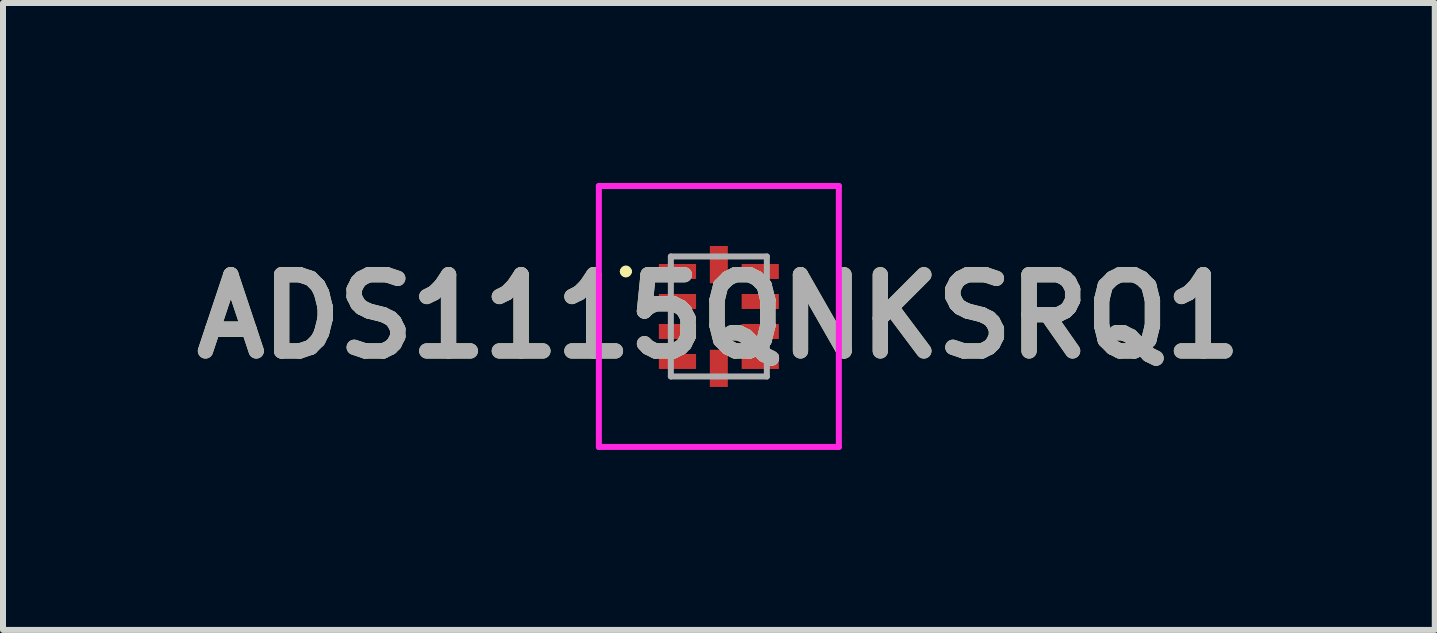
<source format=kicad_pcb>
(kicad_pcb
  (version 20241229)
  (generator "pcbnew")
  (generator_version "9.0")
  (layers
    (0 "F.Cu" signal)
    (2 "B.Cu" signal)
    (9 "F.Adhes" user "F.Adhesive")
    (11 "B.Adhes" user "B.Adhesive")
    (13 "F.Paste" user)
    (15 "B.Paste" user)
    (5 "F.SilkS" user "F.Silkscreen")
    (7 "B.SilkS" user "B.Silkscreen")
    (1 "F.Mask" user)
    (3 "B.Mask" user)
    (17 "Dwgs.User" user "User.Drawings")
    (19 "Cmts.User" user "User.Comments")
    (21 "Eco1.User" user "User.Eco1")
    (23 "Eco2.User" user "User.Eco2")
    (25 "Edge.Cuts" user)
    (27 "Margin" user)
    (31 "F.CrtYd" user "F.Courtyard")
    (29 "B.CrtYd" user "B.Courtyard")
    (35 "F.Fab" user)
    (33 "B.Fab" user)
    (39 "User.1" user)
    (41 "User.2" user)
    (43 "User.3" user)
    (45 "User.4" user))
  (footprint "ADS1115QNKSRQ1"
    (layer "F.Cu")
    (at 8.932 2.225)
    (property "Reference" "ADS1115QNKSRQ1" (at 0 0 0) (layer "F.SilkS") (effects (font (size 1.27 1.27) (thickness 0.254))))
    (attr smd)
    (fp_line (start -1.6 -0.75) (end -1.6 -0.75) (stroke (width 0.1) (type solid)) (layer "F.SilkS"))
    (fp_line (start -1.5 -0.75) (end -1.5 -0.75) (stroke (width 0.1) (type solid)) (layer "F.SilkS"))
    (fp_arc (start -1.6 -0.75) (mid -1.55 -0.8) (end -1.5 -0.75) (stroke (width 0.1) (type solid)) (layer "F.SilkS"))
    (fp_arc (start -1.5 -0.75) (mid -1.55 -0.7) (end -1.6 -0.75) (stroke (width 0.1) (type solid)) (layer "F.SilkS"))
    (fp_line (start -2 -2.175) (end 2 -2.175) (stroke (width 0.1) (type solid)) (layer "F.CrtYd"))
    (fp_line (start -2 2.175) (end -2 -2.175) (stroke (width 0.1) (type solid)) (layer "F.CrtYd"))
    (fp_line (start 2 -2.175) (end 2 2.175) (stroke (width 0.1) (type solid)) (layer "F.CrtYd"))
    (fp_line (start 2 2.175) (end -2 2.175) (stroke (width 0.1) (type solid)) (layer "F.CrtYd"))
    (fp_line (start -0.8 -1) (end 0.8 -1) (stroke (width 0.1) (type solid)) (layer "F.Fab"))
    (fp_line (start -0.8 1) (end -0.8 -1) (stroke (width 0.1) (type solid)) (layer "F.Fab"))
    (fp_line (start 0.8 -1) (end 0.8 1) (stroke (width 0.1) (type solid)) (layer "F.Fab"))
    (fp_line (start 0.8 1) (end -0.8 1) (stroke (width 0.1) (type solid)) (layer "F.Fab"))
    (fp_text user "${REFERENCE}" (at 0 0 0) (layer "F.Fab") (effects (font (size 1.27 1.27) (thickness 0.254))))
    (pad "1" smd rect (at -0.69 -0.75 90) (size 0.25 0.62) (layers "F.Cu" "F.Mask" "F.Paste"))
    (pad "2" smd rect (at -0.69 -0.25 90) (size 0.25 0.62) (layers "F.Cu" "F.Mask" "F.Paste"))
    (pad "3" smd rect (at -0.69 0.25 90) (size 0.25 0.62) (layers "F.Cu" "F.Mask" "F.Paste"))
    (pad "4" smd rect (at -0.69 0.75 90) (size 0.25 0.62) (layers "F.Cu" "F.Mask" "F.Paste"))
    (pad "5" smd rect (at 0 0.865) (size 0.3 0.62) (layers "F.Cu" "F.Mask" "F.Paste"))
    (pad "6" smd rect (at 0.69 0.75 90) (size 0.25 0.62) (layers "F.Cu" "F.Mask" "F.Paste"))
    (pad "7" smd rect (at 0.69 0.25 90) (size 0.25 0.62) (layers "F.Cu" "F.Mask" "F.Paste"))
    (pad "8" smd rect (at 0.69 -0.25 90) (size 0.25 0.62) (layers "F.Cu" "F.Mask" "F.Paste"))
    (pad "9" smd rect (at 0.69 -0.75 90) (size 0.25 0.62) (layers "F.Cu" "F.Mask" "F.Paste"))
    (pad "10" smd rect (at 0 -0.865) (size 0.3 0.62) (layers "F.Cu" "F.Mask" "F.Paste")))
  (gr_rect
    (start -3 -3)
    (end 20.865 7.45)
    (stroke (width 0.1) (type default))
    (fill no)
    (layer "Edge.Cuts")))
</source>
